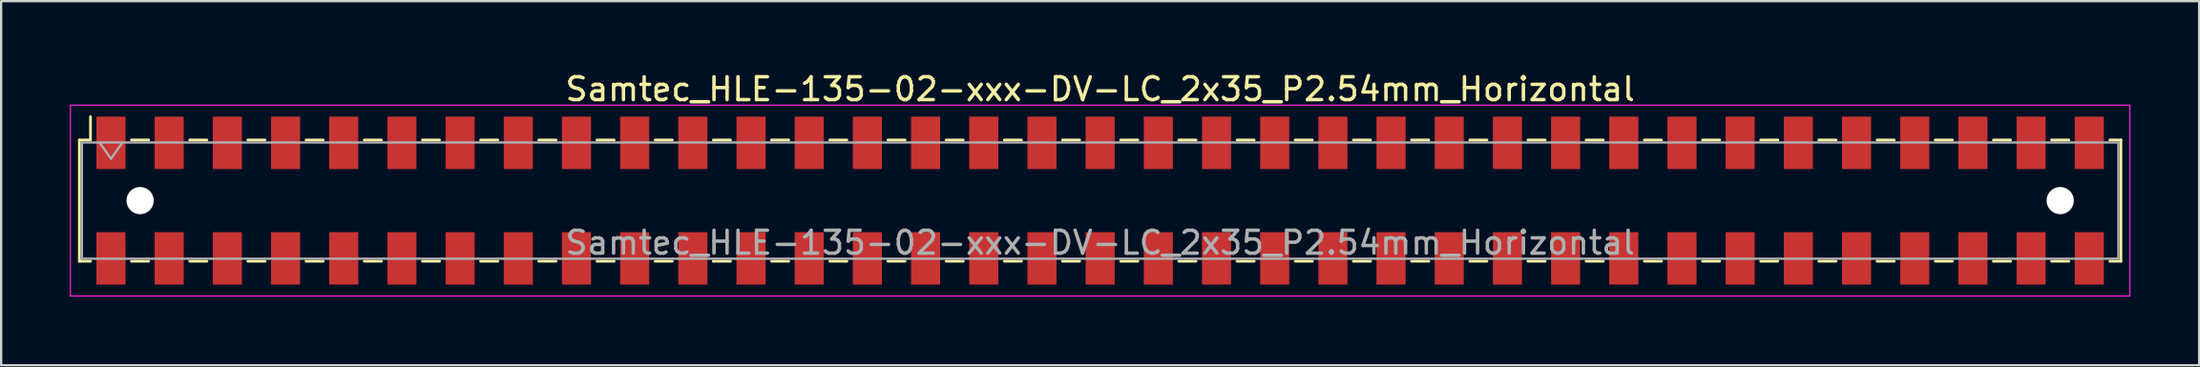
<source format=kicad_pcb>
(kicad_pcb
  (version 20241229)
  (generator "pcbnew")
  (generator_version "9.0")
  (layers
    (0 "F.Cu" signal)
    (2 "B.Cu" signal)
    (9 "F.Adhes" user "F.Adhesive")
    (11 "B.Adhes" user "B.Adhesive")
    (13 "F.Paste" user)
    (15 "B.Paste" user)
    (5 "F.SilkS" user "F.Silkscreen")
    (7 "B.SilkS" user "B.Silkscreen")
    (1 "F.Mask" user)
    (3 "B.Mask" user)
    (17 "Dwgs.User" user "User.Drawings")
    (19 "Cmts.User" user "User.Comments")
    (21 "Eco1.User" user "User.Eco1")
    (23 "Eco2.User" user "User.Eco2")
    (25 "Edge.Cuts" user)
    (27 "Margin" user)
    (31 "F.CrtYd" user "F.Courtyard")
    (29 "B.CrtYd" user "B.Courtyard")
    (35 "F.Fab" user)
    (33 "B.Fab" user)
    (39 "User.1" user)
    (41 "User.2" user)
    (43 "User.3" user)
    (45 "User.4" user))
  (footprint "Samtec_HLE-135-02-xxx-DV-LC_2x35_P2.54mm_Horizontal"
    (layer "F.Cu")
    (at 44.975 5.718)
    (property "Reference" "Samtec_HLE-135-02-xxx-DV-LC_2x35_P2.54mm_Horizontal" (at 0 -4.87 0) (layer "F.SilkS") (effects (font (size 1 1) (thickness 0.15))))
    (attr smd)
    (fp_line (start -44.56 -2.65) (end -44.56 2.65) (stroke (width 0.12) (type solid)) (layer "F.SilkS"))
    (fp_line (start -44.56 2.65) (end -44.075 2.65) (stroke (width 0.12) (type solid)) (layer "F.SilkS"))
    (fp_line (start -44.075 -3.67) (end -44.075 -2.65) (stroke (width 0.12) (type solid)) (layer "F.SilkS"))
    (fp_line (start -44.075 -2.65) (end -44.56 -2.65) (stroke (width 0.12) (type solid)) (layer "F.SilkS"))
    (fp_line (start -42.285 -2.65) (end -41.535 -2.65) (stroke (width 0.12) (type solid)) (layer "F.SilkS"))
    (fp_line (start -42.285 2.65) (end -41.535 2.65) (stroke (width 0.12) (type solid)) (layer "F.SilkS"))
    (fp_line (start -39.745 -2.65) (end -38.995 -2.65) (stroke (width 0.12) (type solid)) (layer "F.SilkS"))
    (fp_line (start -39.745 2.65) (end -38.995 2.65) (stroke (width 0.12) (type solid)) (layer "F.SilkS"))
    (fp_line (start -37.205 -2.65) (end -36.455 -2.65) (stroke (width 0.12) (type solid)) (layer "F.SilkS"))
    (fp_line (start -37.205 2.65) (end -36.455 2.65) (stroke (width 0.12) (type solid)) (layer "F.SilkS"))
    (fp_line (start -34.665 -2.65) (end -33.915 -2.65) (stroke (width 0.12) (type solid)) (layer "F.SilkS"))
    (fp_line (start -34.665 2.65) (end -33.915 2.65) (stroke (width 0.12) (type solid)) (layer "F.SilkS"))
    (fp_line (start -32.125 -2.65) (end -31.375 -2.65) (stroke (width 0.12) (type solid)) (layer "F.SilkS"))
    (fp_line (start -32.125 2.65) (end -31.375 2.65) (stroke (width 0.12) (type solid)) (layer "F.SilkS"))
    (fp_line (start -29.585 -2.65) (end -28.835 -2.65) (stroke (width 0.12) (type solid)) (layer "F.SilkS"))
    (fp_line (start -29.585 2.65) (end -28.835 2.65) (stroke (width 0.12) (type solid)) (layer "F.SilkS"))
    (fp_line (start -27.045 -2.65) (end -26.295 -2.65) (stroke (width 0.12) (type solid)) (layer "F.SilkS"))
    (fp_line (start -27.045 2.65) (end -26.295 2.65) (stroke (width 0.12) (type solid)) (layer "F.SilkS"))
    (fp_line (start -24.505 -2.65) (end -23.755 -2.65) (stroke (width 0.12) (type solid)) (layer "F.SilkS"))
    (fp_line (start -24.505 2.65) (end -23.755 2.65) (stroke (width 0.12) (type solid)) (layer "F.SilkS"))
    (fp_line (start -21.965 -2.65) (end -21.215 -2.65) (stroke (width 0.12) (type solid)) (layer "F.SilkS"))
    (fp_line (start -21.965 2.65) (end -21.215 2.65) (stroke (width 0.12) (type solid)) (layer "F.SilkS"))
    (fp_line (start -19.425 -2.65) (end -18.675 -2.65) (stroke (width 0.12) (type solid)) (layer "F.SilkS"))
    (fp_line (start -19.425 2.65) (end -18.675 2.65) (stroke (width 0.12) (type solid)) (layer "F.SilkS"))
    (fp_line (start -16.885 -2.65) (end -16.135 -2.65) (stroke (width 0.12) (type solid)) (layer "F.SilkS"))
    (fp_line (start -16.885 2.65) (end -16.135 2.65) (stroke (width 0.12) (type solid)) (layer "F.SilkS"))
    (fp_line (start -14.345 -2.65) (end -13.595 -2.65) (stroke (width 0.12) (type solid)) (layer "F.SilkS"))
    (fp_line (start -14.345 2.65) (end -13.595 2.65) (stroke (width 0.12) (type solid)) (layer "F.SilkS"))
    (fp_line (start -11.805 -2.65) (end -11.055 -2.65) (stroke (width 0.12) (type solid)) (layer "F.SilkS"))
    (fp_line (start -11.805 2.65) (end -11.055 2.65) (stroke (width 0.12) (type solid)) (layer "F.SilkS"))
    (fp_line (start -9.265 -2.65) (end -8.515 -2.65) (stroke (width 0.12) (type solid)) (layer "F.SilkS"))
    (fp_line (start -9.265 2.65) (end -8.515 2.65) (stroke (width 0.12) (type solid)) (layer "F.SilkS"))
    (fp_line (start -6.725 -2.65) (end -5.975 -2.65) (stroke (width 0.12) (type solid)) (layer "F.SilkS"))
    (fp_line (start -6.725 2.65) (end -5.975 2.65) (stroke (width 0.12) (type solid)) (layer "F.SilkS"))
    (fp_line (start -4.185 -2.65) (end -3.435 -2.65) (stroke (width 0.12) (type solid)) (layer "F.SilkS"))
    (fp_line (start -4.185 2.65) (end -3.435 2.65) (stroke (width 0.12) (type solid)) (layer "F.SilkS"))
    (fp_line (start -1.645 -2.65) (end -0.895 -2.65) (stroke (width 0.12) (type solid)) (layer "F.SilkS"))
    (fp_line (start -1.645 2.65) (end -0.895 2.65) (stroke (width 0.12) (type solid)) (layer "F.SilkS"))
    (fp_line (start 0.895 -2.65) (end 1.645 -2.65) (stroke (width 0.12) (type solid)) (layer "F.SilkS"))
    (fp_line (start 0.895 2.65) (end 1.645 2.65) (stroke (width 0.12) (type solid)) (layer "F.SilkS"))
    (fp_line (start 3.435 -2.65) (end 4.185 -2.65) (stroke (width 0.12) (type solid)) (layer "F.SilkS"))
    (fp_line (start 3.435 2.65) (end 4.185 2.65) (stroke (width 0.12) (type solid)) (layer "F.SilkS"))
    (fp_line (start 5.975 -2.65) (end 6.725 -2.65) (stroke (width 0.12) (type solid)) (layer "F.SilkS"))
    (fp_line (start 5.975 2.65) (end 6.725 2.65) (stroke (width 0.12) (type solid)) (layer "F.SilkS"))
    (fp_line (start 8.515 -2.65) (end 9.265 -2.65) (stroke (width 0.12) (type solid)) (layer "F.SilkS"))
    (fp_line (start 8.515 2.65) (end 9.265 2.65) (stroke (width 0.12) (type solid)) (layer "F.SilkS"))
    (fp_line (start 11.055 -2.65) (end 11.805 -2.65) (stroke (width 0.12) (type solid)) (layer "F.SilkS"))
    (fp_line (start 11.055 2.65) (end 11.805 2.65) (stroke (width 0.12) (type solid)) (layer "F.SilkS"))
    (fp_line (start 13.595 -2.65) (end 14.345 -2.65) (stroke (width 0.12) (type solid)) (layer "F.SilkS"))
    (fp_line (start 13.595 2.65) (end 14.345 2.65) (stroke (width 0.12) (type solid)) (layer "F.SilkS"))
    (fp_line (start 16.135 -2.65) (end 16.885 -2.65) (stroke (width 0.12) (type solid)) (layer "F.SilkS"))
    (fp_line (start 16.135 2.65) (end 16.885 2.65) (stroke (width 0.12) (type solid)) (layer "F.SilkS"))
    (fp_line (start 18.675 -2.65) (end 19.425 -2.65) (stroke (width 0.12) (type solid)) (layer "F.SilkS"))
    (fp_line (start 18.675 2.65) (end 19.425 2.65) (stroke (width 0.12) (type solid)) (layer "F.SilkS"))
    (fp_line (start 21.215 -2.65) (end 21.965 -2.65) (stroke (width 0.12) (type solid)) (layer "F.SilkS"))
    (fp_line (start 21.215 2.65) (end 21.965 2.65) (stroke (width 0.12) (type solid)) (layer "F.SilkS"))
    (fp_line (start 23.755 -2.65) (end 24.505 -2.65) (stroke (width 0.12) (type solid)) (layer "F.SilkS"))
    (fp_line (start 23.755 2.65) (end 24.505 2.65) (stroke (width 0.12) (type solid)) (layer "F.SilkS"))
    (fp_line (start 26.295 -2.65) (end 27.045 -2.65) (stroke (width 0.12) (type solid)) (layer "F.SilkS"))
    (fp_line (start 26.295 2.65) (end 27.045 2.65) (stroke (width 0.12) (type solid)) (layer "F.SilkS"))
    (fp_line (start 28.835 -2.65) (end 29.585 -2.65) (stroke (width 0.12) (type solid)) (layer "F.SilkS"))
    (fp_line (start 28.835 2.65) (end 29.585 2.65) (stroke (width 0.12) (type solid)) (layer "F.SilkS"))
    (fp_line (start 31.375 -2.65) (end 32.125 -2.65) (stroke (width 0.12) (type solid)) (layer "F.SilkS"))
    (fp_line (start 31.375 2.65) (end 32.125 2.65) (stroke (width 0.12) (type solid)) (layer "F.SilkS"))
    (fp_line (start 33.915 -2.65) (end 34.665 -2.65) (stroke (width 0.12) (type solid)) (layer "F.SilkS"))
    (fp_line (start 33.915 2.65) (end 34.665 2.65) (stroke (width 0.12) (type solid)) (layer "F.SilkS"))
    (fp_line (start 36.455 -2.65) (end 37.205 -2.65) (stroke (width 0.12) (type solid)) (layer "F.SilkS"))
    (fp_line (start 36.455 2.65) (end 37.205 2.65) (stroke (width 0.12) (type solid)) (layer "F.SilkS"))
    (fp_line (start 38.995 -2.65) (end 39.745 -2.65) (stroke (width 0.12) (type solid)) (layer "F.SilkS"))
    (fp_line (start 38.995 2.65) (end 39.745 2.65) (stroke (width 0.12) (type solid)) (layer "F.SilkS"))
    (fp_line (start 41.535 -2.65) (end 42.285 -2.65) (stroke (width 0.12) (type solid)) (layer "F.SilkS"))
    (fp_line (start 41.535 2.65) (end 42.285 2.65) (stroke (width 0.12) (type solid)) (layer "F.SilkS"))
    (fp_line (start 44.075 -2.65) (end 44.56 -2.65) (stroke (width 0.12) (type solid)) (layer "F.SilkS"))
    (fp_line (start 44.56 -2.65) (end 44.56 2.65) (stroke (width 0.12) (type solid)) (layer "F.SilkS"))
    (fp_line (start 44.56 2.65) (end 44.075 2.65) (stroke (width 0.12) (type solid)) (layer "F.SilkS"))
    (fp_line (start -44.95 -4.17) (end 44.95 -4.17) (stroke (width 0.05) (type solid)) (layer "F.CrtYd"))
    (fp_line (start -44.95 4.17) (end -44.95 -4.17) (stroke (width 0.05) (type solid)) (layer "F.CrtYd"))
    (fp_line (start 44.95 -4.17) (end 44.95 4.17) (stroke (width 0.05) (type solid)) (layer "F.CrtYd"))
    (fp_line (start 44.95 4.17) (end -44.95 4.17) (stroke (width 0.05) (type solid)) (layer "F.CrtYd"))
    (fp_line (start -44.45 -2.54) (end 44.45 -2.54) (stroke (width 0.1) (type solid)) (layer "F.Fab"))
    (fp_line (start -44.45 2.54) (end -44.45 -2.54) (stroke (width 0.1) (type solid)) (layer "F.Fab"))
    (fp_line (start -43.68 -2.54) (end -43.18 -1.833) (stroke (width 0.1) (type solid)) (layer "F.Fab"))
    (fp_line (start -43.18 -1.833) (end -42.68 -2.54) (stroke (width 0.1) (type solid)) (layer "F.Fab"))
    (fp_line (start 44.45 -2.54) (end 44.45 2.54) (stroke (width 0.1) (type solid)) (layer "F.Fab"))
    (fp_line (start 44.45 2.54) (end -44.45 2.54) (stroke (width 0.1) (type solid)) (layer "F.Fab"))
    (fp_text user "${REFERENCE}" (at 0 1.84 0) (layer "F.Fab") (effects (font (size 1 1) (thickness 0.15))))
    (pad "" np_thru_hole circle (at -41.91 0) (size 1.19 1.19) (drill 1.19) (layers "*.Cu" "*.Mask"))
    (pad "" np_thru_hole circle (at 41.91 0) (size 1.19 1.19) (drill 1.19) (layers "*.Cu" "*.Mask"))
    (pad "1" smd rect (at -43.18 -2.525) (size 1.27 2.29) (layers "F.Cu" "F.Mask" "F.Paste"))
    (pad "2" smd rect (at -43.18 2.525) (size 1.27 2.29) (layers "F.Cu" "F.Mask" "F.Paste"))
    (pad "3" smd rect (at -40.64 -2.525) (size 1.27 2.29) (layers "F.Cu" "F.Mask" "F.Paste"))
    (pad "4" smd rect (at -40.64 2.525) (size 1.27 2.29) (layers "F.Cu" "F.Mask" "F.Paste"))
    (pad "5" smd rect (at -38.1 -2.525) (size 1.27 2.29) (layers "F.Cu" "F.Mask" "F.Paste"))
    (pad "6" smd rect (at -38.1 2.525) (size 1.27 2.29) (layers "F.Cu" "F.Mask" "F.Paste"))
    (pad "7" smd rect (at -35.56 -2.525) (size 1.27 2.29) (layers "F.Cu" "F.Mask" "F.Paste"))
    (pad "8" smd rect (at -35.56 2.525) (size 1.27 2.29) (layers "F.Cu" "F.Mask" "F.Paste"))
    (pad "9" smd rect (at -33.02 -2.525) (size 1.27 2.29) (layers "F.Cu" "F.Mask" "F.Paste"))
    (pad "10" smd rect (at -33.02 2.525) (size 1.27 2.29) (layers "F.Cu" "F.Mask" "F.Paste"))
    (pad "11" smd rect (at -30.48 -2.525) (size 1.27 2.29) (layers "F.Cu" "F.Mask" "F.Paste"))
    (pad "12" smd rect (at -30.48 2.525) (size 1.27 2.29) (layers "F.Cu" "F.Mask" "F.Paste"))
    (pad "13" smd rect (at -27.94 -2.525) (size 1.27 2.29) (layers "F.Cu" "F.Mask" "F.Paste"))
    (pad "14" smd rect (at -27.94 2.525) (size 1.27 2.29) (layers "F.Cu" "F.Mask" "F.Paste"))
    (pad "15" smd rect (at -25.4 -2.525) (size 1.27 2.29) (layers "F.Cu" "F.Mask" "F.Paste"))
    (pad "16" smd rect (at -25.4 2.525) (size 1.27 2.29) (layers "F.Cu" "F.Mask" "F.Paste"))
    (pad "17" smd rect (at -22.86 -2.525) (size 1.27 2.29) (layers "F.Cu" "F.Mask" "F.Paste"))
    (pad "18" smd rect (at -22.86 2.525) (size 1.27 2.29) (layers "F.Cu" "F.Mask" "F.Paste"))
    (pad "19" smd rect (at -20.32 -2.525) (size 1.27 2.29) (layers "F.Cu" "F.Mask" "F.Paste"))
    (pad "20" smd rect (at -20.32 2.525) (size 1.27 2.29) (layers "F.Cu" "F.Mask" "F.Paste"))
    (pad "21" smd rect (at -17.78 -2.525) (size 1.27 2.29) (layers "F.Cu" "F.Mask" "F.Paste"))
    (pad "22" smd rect (at -17.78 2.525) (size 1.27 2.29) (layers "F.Cu" "F.Mask" "F.Paste"))
    (pad "23" smd rect (at -15.24 -2.525) (size 1.27 2.29) (layers "F.Cu" "F.Mask" "F.Paste"))
    (pad "24" smd rect (at -15.24 2.525) (size 1.27 2.29) (layers "F.Cu" "F.Mask" "F.Paste"))
    (pad "25" smd rect (at -12.7 -2.525) (size 1.27 2.29) (layers "F.Cu" "F.Mask" "F.Paste"))
    (pad "26" smd rect (at -12.7 2.525) (size 1.27 2.29) (layers "F.Cu" "F.Mask" "F.Paste"))
    (pad "27" smd rect (at -10.16 -2.525) (size 1.27 2.29) (layers "F.Cu" "F.Mask" "F.Paste"))
    (pad "28" smd rect (at -10.16 2.525) (size 1.27 2.29) (layers "F.Cu" "F.Mask" "F.Paste"))
    (pad "29" smd rect (at -7.62 -2.525) (size 1.27 2.29) (layers "F.Cu" "F.Mask" "F.Paste"))
    (pad "30" smd rect (at -7.62 2.525) (size 1.27 2.29) (layers "F.Cu" "F.Mask" "F.Paste"))
    (pad "31" smd rect (at -5.08 -2.525) (size 1.27 2.29) (layers "F.Cu" "F.Mask" "F.Paste"))
    (pad "32" smd rect (at -5.08 2.525) (size 1.27 2.29) (layers "F.Cu" "F.Mask" "F.Paste"))
    (pad "33" smd rect (at -2.54 -2.525) (size 1.27 2.29) (layers "F.Cu" "F.Mask" "F.Paste"))
    (pad "34" smd rect (at -2.54 2.525) (size 1.27 2.29) (layers "F.Cu" "F.Mask" "F.Paste"))
    (pad "35" smd rect (at 0 -2.525) (size 1.27 2.29) (layers "F.Cu" "F.Mask" "F.Paste"))
    (pad "36" smd rect (at 0 2.525) (size 1.27 2.29) (layers "F.Cu" "F.Mask" "F.Paste"))
    (pad "37" smd rect (at 2.54 -2.525) (size 1.27 2.29) (layers "F.Cu" "F.Mask" "F.Paste"))
    (pad "38" smd rect (at 2.54 2.525) (size 1.27 2.29) (layers "F.Cu" "F.Mask" "F.Paste"))
    (pad "39" smd rect (at 5.08 -2.525) (size 1.27 2.29) (layers "F.Cu" "F.Mask" "F.Paste"))
    (pad "40" smd rect (at 5.08 2.525) (size 1.27 2.29) (layers "F.Cu" "F.Mask" "F.Paste"))
    (pad "41" smd rect (at 7.62 -2.525) (size 1.27 2.29) (layers "F.Cu" "F.Mask" "F.Paste"))
    (pad "42" smd rect (at 7.62 2.525) (size 1.27 2.29) (layers "F.Cu" "F.Mask" "F.Paste"))
    (pad "43" smd rect (at 10.16 -2.525) (size 1.27 2.29) (layers "F.Cu" "F.Mask" "F.Paste"))
    (pad "44" smd rect (at 10.16 2.525) (size 1.27 2.29) (layers "F.Cu" "F.Mask" "F.Paste"))
    (pad "45" smd rect (at 12.7 -2.525) (size 1.27 2.29) (layers "F.Cu" "F.Mask" "F.Paste"))
    (pad "46" smd rect (at 12.7 2.525) (size 1.27 2.29) (layers "F.Cu" "F.Mask" "F.Paste"))
    (pad "47" smd rect (at 15.24 -2.525) (size 1.27 2.29) (layers "F.Cu" "F.Mask" "F.Paste"))
    (pad "48" smd rect (at 15.24 2.525) (size 1.27 2.29) (layers "F.Cu" "F.Mask" "F.Paste"))
    (pad "49" smd rect (at 17.78 -2.525) (size 1.27 2.29) (layers "F.Cu" "F.Mask" "F.Paste"))
    (pad "50" smd rect (at 17.78 2.525) (size 1.27 2.29) (layers "F.Cu" "F.Mask" "F.Paste"))
    (pad "51" smd rect (at 20.32 -2.525) (size 1.27 2.29) (layers "F.Cu" "F.Mask" "F.Paste"))
    (pad "52" smd rect (at 20.32 2.525) (size 1.27 2.29) (layers "F.Cu" "F.Mask" "F.Paste"))
    (pad "53" smd rect (at 22.86 -2.525) (size 1.27 2.29) (layers "F.Cu" "F.Mask" "F.Paste"))
    (pad "54" smd rect (at 22.86 2.525) (size 1.27 2.29) (layers "F.Cu" "F.Mask" "F.Paste"))
    (pad "55" smd rect (at 25.4 -2.525) (size 1.27 2.29) (layers "F.Cu" "F.Mask" "F.Paste"))
    (pad "56" smd rect (at 25.4 2.525) (size 1.27 2.29) (layers "F.Cu" "F.Mask" "F.Paste"))
    (pad "57" smd rect (at 27.94 -2.525) (size 1.27 2.29) (layers "F.Cu" "F.Mask" "F.Paste"))
    (pad "58" smd rect (at 27.94 2.525) (size 1.27 2.29) (layers "F.Cu" "F.Mask" "F.Paste"))
    (pad "59" smd rect (at 30.48 -2.525) (size 1.27 2.29) (layers "F.Cu" "F.Mask" "F.Paste"))
    (pad "60" smd rect (at 30.48 2.525) (size 1.27 2.29) (layers "F.Cu" "F.Mask" "F.Paste"))
    (pad "61" smd rect (at 33.02 -2.525) (size 1.27 2.29) (layers "F.Cu" "F.Mask" "F.Paste"))
    (pad "62" smd rect (at 33.02 2.525) (size 1.27 2.29) (layers "F.Cu" "F.Mask" "F.Paste"))
    (pad "63" smd rect (at 35.56 -2.525) (size 1.27 2.29) (layers "F.Cu" "F.Mask" "F.Paste"))
    (pad "64" smd rect (at 35.56 2.525) (size 1.27 2.29) (layers "F.Cu" "F.Mask" "F.Paste"))
    (pad "65" smd rect (at 38.1 -2.525) (size 1.27 2.29) (layers "F.Cu" "F.Mask" "F.Paste"))
    (pad "66" smd rect (at 38.1 2.525) (size 1.27 2.29) (layers "F.Cu" "F.Mask" "F.Paste"))
    (pad "67" smd rect (at 40.64 -2.525) (size 1.27 2.29) (layers "F.Cu" "F.Mask" "F.Paste"))
    (pad "68" smd rect (at 40.64 2.525) (size 1.27 2.29) (layers "F.Cu" "F.Mask" "F.Paste"))
    (pad "69" smd rect (at 43.18 -2.525) (size 1.27 2.29) (layers "F.Cu" "F.Mask" "F.Paste"))
    (pad "70" smd rect (at 43.18 2.525) (size 1.27 2.29) (layers "F.Cu" "F.Mask" "F.Paste")))
  (gr_rect
    (start -3 -3)
    (end 92.95 12.913)
    (stroke (width 0.1) (type default))
    (fill no)
    (layer "Edge.Cuts")))
</source>
